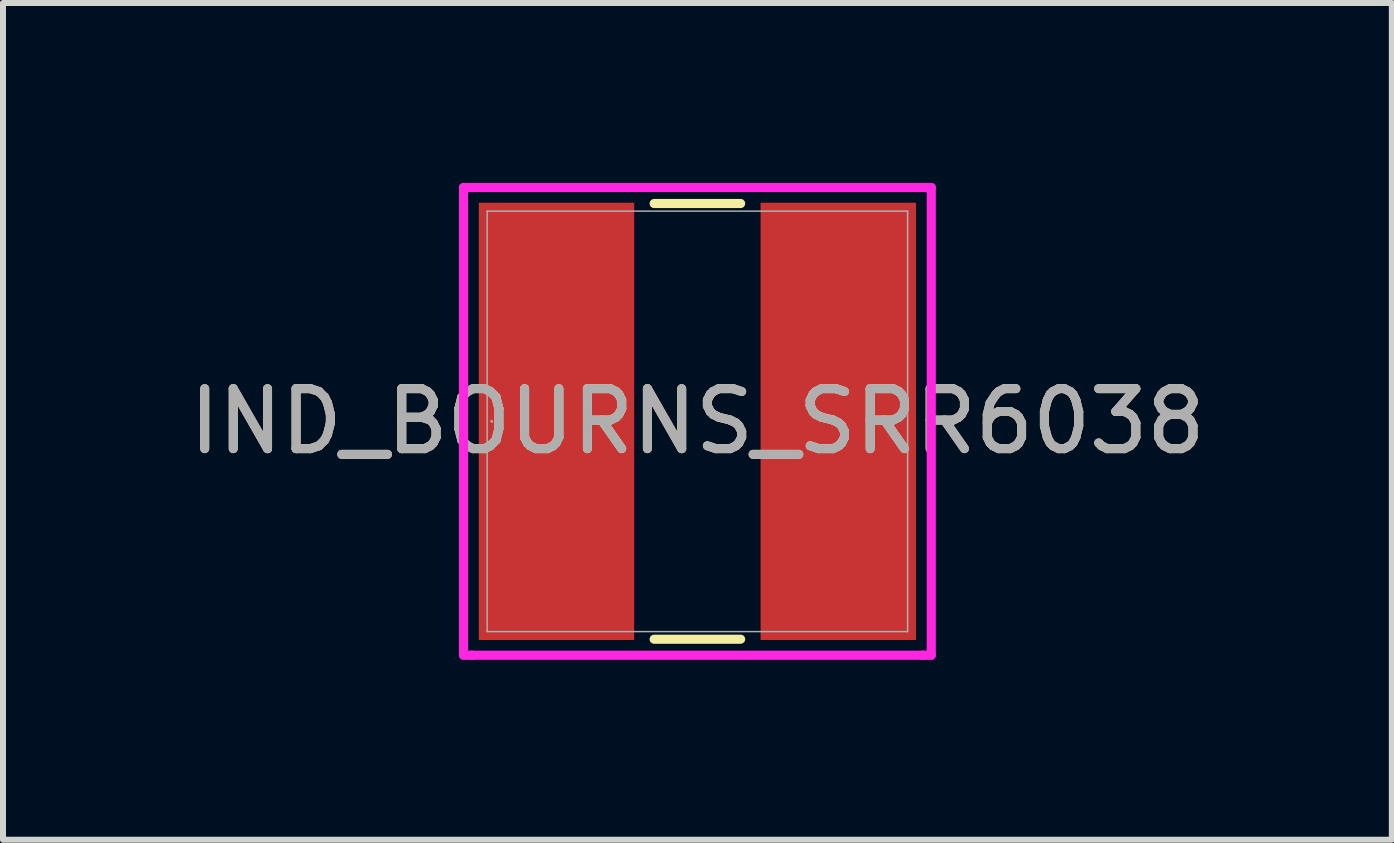
<source format=kicad_pcb>
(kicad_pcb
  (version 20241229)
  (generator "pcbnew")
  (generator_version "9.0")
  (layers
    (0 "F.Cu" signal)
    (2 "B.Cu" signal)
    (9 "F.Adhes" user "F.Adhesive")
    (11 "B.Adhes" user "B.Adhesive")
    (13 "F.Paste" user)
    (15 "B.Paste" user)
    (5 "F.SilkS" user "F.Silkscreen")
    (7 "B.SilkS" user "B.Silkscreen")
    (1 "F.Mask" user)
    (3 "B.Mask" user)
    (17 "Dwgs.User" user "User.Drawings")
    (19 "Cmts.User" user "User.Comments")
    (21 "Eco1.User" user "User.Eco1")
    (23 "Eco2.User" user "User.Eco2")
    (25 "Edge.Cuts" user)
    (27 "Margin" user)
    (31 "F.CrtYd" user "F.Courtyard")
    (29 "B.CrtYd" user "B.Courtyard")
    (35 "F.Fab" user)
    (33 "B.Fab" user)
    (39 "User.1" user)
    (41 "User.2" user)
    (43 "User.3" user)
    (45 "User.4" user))
  (footprint "IND_BOURNS_SRR6038"
    (layer "F.Cu")
    (at 8.577 3.975)
    (property "Reference" "IND_BOURNS_SRR6038" (at 0 0 0) (unlocked yes) (layer "F.SilkS") (effects (font (size 1 1) (thickness 0.15))))
    (attr smd)
    (fp_line (start -0.721 3.632) (end 0.721 3.632) (stroke (width 0.152) (type solid)) (layer "F.SilkS"))
    (fp_line (start 0.721 -3.632) (end -0.721 -3.632) (stroke (width 0.152) (type solid)) (layer "F.SilkS"))
    (fp_line (start -3.899 -3.899) (end -3.759 -3.899) (stroke (width 0.152) (type solid)) (layer "F.CrtYd"))
    (fp_line (start -3.899 3.899) (end -3.899 -3.899) (stroke (width 0.152) (type solid)) (layer "F.CrtYd"))
    (fp_line (start -3.759 -3.899) (end -3.759 -3.899) (stroke (width 0.152) (type solid)) (layer "F.CrtYd"))
    (fp_line (start -3.759 -3.899) (end 3.759 -3.899) (stroke (width 0.152) (type solid)) (layer "F.CrtYd"))
    (fp_line (start -3.759 3.899) (end -3.899 3.899) (stroke (width 0.152) (type solid)) (layer "F.CrtYd"))
    (fp_line (start -3.759 3.899) (end -3.759 3.899) (stroke (width 0.152) (type solid)) (layer "F.CrtYd"))
    (fp_line (start 3.759 -3.899) (end 3.759 -3.899) (stroke (width 0.152) (type solid)) (layer "F.CrtYd"))
    (fp_line (start 3.759 -3.899) (end 3.899 -3.899) (stroke (width 0.152) (type solid)) (layer "F.CrtYd"))
    (fp_line (start 3.759 3.899) (end -3.759 3.899) (stroke (width 0.152) (type solid)) (layer "F.CrtYd"))
    (fp_line (start 3.759 3.899) (end 3.759 3.899) (stroke (width 0.152) (type solid)) (layer "F.CrtYd"))
    (fp_line (start 3.899 -3.899) (end 3.899 3.899) (stroke (width 0.152) (type solid)) (layer "F.CrtYd"))
    (fp_line (start 3.899 3.899) (end 3.759 3.899) (stroke (width 0.152) (type solid)) (layer "F.CrtYd"))
    (fp_line (start -3.505 -3.505) (end -3.505 3.505) (stroke (width 0.025) (type solid)) (layer "F.Fab"))
    (fp_line (start -3.505 3.505) (end 3.505 3.505) (stroke (width 0.025) (type solid)) (layer "F.Fab"))
    (fp_line (start 3.505 -3.505) (end -3.505 -3.505) (stroke (width 0.025) (type solid)) (layer "F.Fab"))
    (fp_line (start 3.505 3.505) (end 3.505 -3.505) (stroke (width 0.025) (type solid)) (layer "F.Fab"))
    (fp_circle (center -3.429 0) (end -3.429 0) (stroke (width 0.025) (type solid)) (fill no) (layer "F.Fab"))
    (fp_text user "${REFERENCE}" (at 0 0 0) (unlocked yes) (layer "F.Fab") (effects (font (size 1 1) (thickness 0.15))))
    (pad "1" smd rect (at -2.349 0) (size 2.591 7.29) (layers "F.Cu" "F.Mask" "F.Paste"))
    (pad "2" smd rect (at 2.349 0) (size 2.591 7.29) (layers "F.Cu" "F.Mask" "F.Paste"))
    (zone (net_name "") (layer "F.Cu") (hatch full 0.508) (connect_pads) (min_thickness 0.254) (filled_areas_thickness no) (keepout (tracks not_allowed) (vias not_allowed) (pads allowed) (copperpour not_allowed) (footprints allowed)) (placement (enabled no)) (fill) (polygon (pts (xy 7.574 0.381) (xy 9.581 0.381) (xy 9.581 7.569) (xy 7.574 7.569)))))
  (gr_rect
    (start -3 -3)
    (end 20.155 10.95)
    (stroke (width 0.1) (type default))
    (fill no)
    (layer "Edge.Cuts")))
</source>
